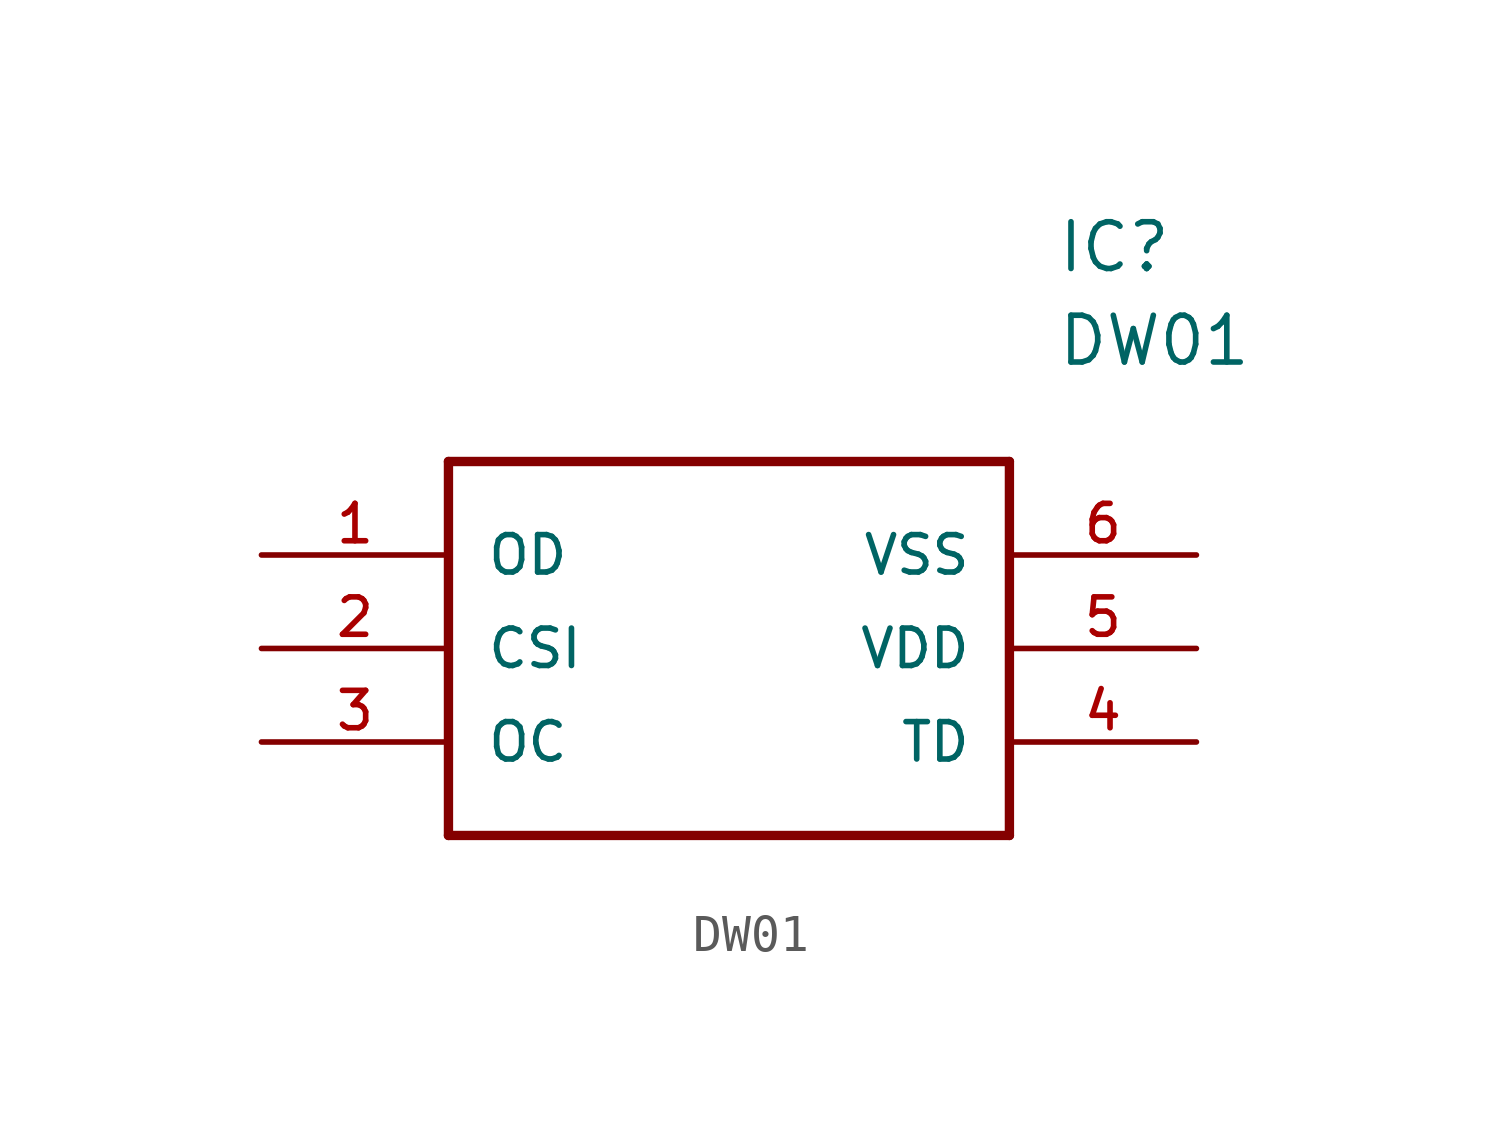
<source format=kicad_sym>
(kicad_symbol_lib
  (version 20220914)
  (generator kicad_symbol_editor)
  (symbol "DW01"
    (pin_names
      (offset 1.016))
    (property "Reference" "IC"
      (at 21.59 7.62 0)
      (effects (font (size 1.27 1.27)) (justify left bottom)))
    (property "Value" "DW01"
      (at 21.59 5.08 0)
      (effects (font (size 1.27 1.27)) (justify left bottom)))
    (property "ki_locked" ""
      (at 0 0 0)
      (effects (font (size 1.27 1.27))))
    (symbol "DW01_0_0"
      (polyline (pts (xy 5.08 2.54) (xy 5.08 -7.62)) (stroke (width 0.254) (type solid)) (fill (type none)))
      (polyline (pts (xy 5.08 2.54) (xy 20.32 2.54)) (stroke (width 0.254) (type solid)) (fill (type none)))
      (polyline (pts (xy 20.32 -7.62) (xy 5.08 -7.62)) (stroke (width 0.254) (type solid)) (fill (type none)))
      (polyline (pts (xy 20.32 -7.62) (xy 20.32 2.54)) (stroke (width 0.254) (type solid)) (fill (type none)))
      (pin bidirectional line (at 0 0 0) (length 5.08) (name "OD" (effects (font (size 1.016 1.016)))) (number "1" (effects (font (size 1.016 1.016)))))
      (pin bidirectional line (at 0 -2.54 0) (length 5.08) (name "CSI" (effects (font (size 1.016 1.016)))) (number "2" (effects (font (size 1.016 1.016)))))
      (pin bidirectional line (at 0 -5.08 0) (length 5.08) (name "OC" (effects (font (size 1.016 1.016)))) (number "3" (effects (font (size 1.016 1.016)))))
      (pin bidirectional line (at 25.4 -5.08 180) (length 5.08) (name "TD" (effects (font (size 1.016 1.016)))) (number "4" (effects (font (size 1.016 1.016)))))
      (pin bidirectional line (at 25.4 -2.54 180) (length 5.08) (name "VDD" (effects (font (size 1.016 1.016)))) (number "5" (effects (font (size 1.016 1.016)))))
      (pin bidirectional line (at 25.4 0 180) (length 5.08) (name "VSS" (effects (font (size 1.016 1.016)))) (number "6" (effects (font (size 1.016 1.016))))))))
</source>
